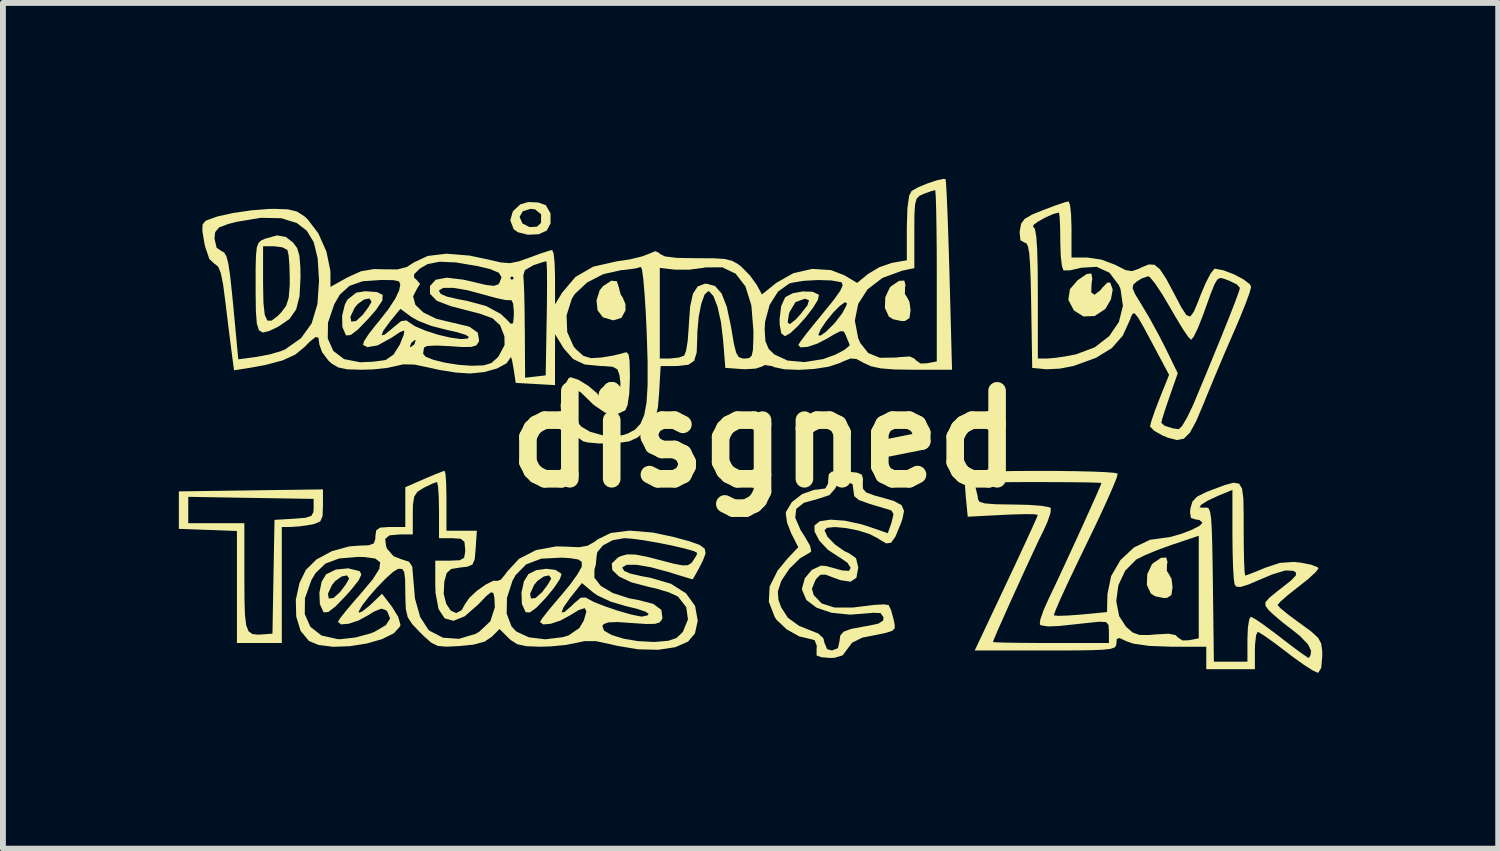
<source format=kicad_pcb>
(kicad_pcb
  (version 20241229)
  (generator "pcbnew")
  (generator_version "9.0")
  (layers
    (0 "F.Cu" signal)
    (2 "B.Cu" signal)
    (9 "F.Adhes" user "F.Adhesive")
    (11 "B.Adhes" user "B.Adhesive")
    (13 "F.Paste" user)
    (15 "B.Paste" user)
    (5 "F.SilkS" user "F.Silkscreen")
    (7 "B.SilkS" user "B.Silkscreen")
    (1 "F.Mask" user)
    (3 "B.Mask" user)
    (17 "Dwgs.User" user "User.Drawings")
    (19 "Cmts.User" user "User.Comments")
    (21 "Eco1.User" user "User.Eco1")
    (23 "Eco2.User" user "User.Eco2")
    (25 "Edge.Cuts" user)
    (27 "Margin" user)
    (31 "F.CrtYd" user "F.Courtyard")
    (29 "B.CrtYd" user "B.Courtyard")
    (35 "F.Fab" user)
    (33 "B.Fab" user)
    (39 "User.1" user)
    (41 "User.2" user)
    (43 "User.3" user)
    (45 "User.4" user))
  (footprint "disgned"
    (layer "F.Cu")
    (at 9.988 4.436)
    (property "Reference" "disgned" (at 0 0 0) (layer "F.SilkS") (effects (font (size 1.5 1.5) (thickness 0.3))))
    (attr board_only exclude_from_pos_files exclude_from_bom)
    (fp_poly (pts (xy -2.52 -2.691) (xy -2.489 -2.597) (xy -2.453 -2.461) (xy -2.42 -2.413) (xy -2.373 -2.301) (xy -2.372 -2.193) (xy -2.442 -2.066) (xy -2.58 -2.023) (xy -2.754 -2.074) (xy -2.76 -2.078) (xy -2.849 -2.196) (xy -2.866 -2.366) (xy -2.813 -2.535) (xy -2.755 -2.607) (xy -2.615 -2.699)) (stroke (width 0) (type solid)) (fill yes) (layer "F.SilkS"))
    (fp_poly (pts (xy 2.403 -2.623) (xy 2.395 -2.59) (xy 2.392 -2.472) (xy 2.423 -2.427) (xy 2.47 -2.339) (xy 2.489 -2.198) (xy 2.47 -2.062) (xy 2.394 -2.013) (xy 2.342 -2.01) (xy 2.192 -2.042) (xy 2.119 -2.087) (xy 2.051 -2.234) (xy 2.058 -2.419) (xy 2.135 -2.582) (xy 2.159 -2.607) (xy 2.292 -2.697) (xy 2.382 -2.702)) (stroke (width 0) (type solid)) (fill yes) (layer "F.SilkS"))
    (fp_poly (pts (xy 6.87 2.1) (xy 6.862 2.133) (xy 6.859 2.25) (xy 6.89 2.296) (xy 6.938 2.383) (xy 6.956 2.525) (xy 6.937 2.661) (xy 6.861 2.709) (xy 6.809 2.712) (xy 6.659 2.681) (xy 6.586 2.636) (xy 6.518 2.489) (xy 6.525 2.304) (xy 6.602 2.141) (xy 6.626 2.116) (xy 6.76 2.026) (xy 6.849 2.021)) (stroke (width 0) (type solid)) (fill yes) (layer "F.SilkS"))
    (fp_poly (pts (xy 5.588 -2.732) (xy 5.575 -2.648) (xy 5.57 -2.5) (xy 5.625 -2.46) (xy 5.723 -2.534) (xy 5.762 -2.584) (xy 5.844 -2.666) (xy 5.893 -2.669) (xy 5.936 -2.547) (xy 5.905 -2.38) (xy 5.812 -2.221) (xy 5.805 -2.214) (xy 5.627 -2.097) (xy 5.437 -2.09) (xy 5.275 -2.191) (xy 5.179 -2.373) (xy 5.207 -2.556) (xy 5.338 -2.708) (xy 5.492 -2.814) (xy 5.572 -2.823)) (stroke (width 0) (type solid)) (fill yes) (layer "F.SilkS"))
    (fp_poly (pts (xy -3.858 -4.033) (xy -3.731 -3.987) (xy -3.729 -3.985) (xy -3.651 -3.848) (xy -3.65 -3.677) (xy -3.714 -3.555) (xy -3.851 -3.492) (xy -4.036 -3.483) (xy -4.208 -3.526) (xy -4.279 -3.578) (xy -4.337 -3.73) (xy -4.32 -3.788) (xy -4.178 -3.788) (xy -4.13 -3.677) (xy -4.009 -3.614) (xy -3.882 -3.62) (xy -3.812 -3.686) (xy -3.811 -3.832) (xy -3.913 -3.915) (xy -3.989 -3.925) (xy -4.123 -3.884) (xy -4.178 -3.788) (xy -4.32 -3.788) (xy -4.293 -3.883) (xy -4.168 -4) (xy -4.031 -4.041)) (stroke (width 0) (type solid)) (fill yes) (layer "F.SilkS"))
    (fp_poly (pts (xy -6.609 -2.506) (xy -6.513 -2.457) (xy -6.518 -2.362) (xy -6.623 -2.205) (xy -6.752 -2.057) (xy -6.934 -1.868) (xy -7.056 -1.774) (xy -7.131 -1.766) (xy -7.141 -1.774) (xy -7.2 -1.909) (xy -7.204 -2.083) (xy -7.063 -2.083) (xy -7.048 -2.002) (xy -6.968 -2.011) (xy -6.855 -2.115) (xy -6.756 -2.247) (xy -6.705 -2.337) (xy -6.703 -2.345) (xy -6.74 -2.397) (xy -6.831 -2.378) (xy -6.937 -2.303) (xy -6.992 -2.236) (xy -7.063 -2.083) (xy -7.204 -2.083) (xy -7.204 -2.101) (xy -7.157 -2.295) (xy -7.112 -2.379) (xy -6.961 -2.497) (xy -6.809 -2.52)) (stroke (width 0) (type solid)) (fill yes) (layer "F.SilkS"))
    (fp_poly (pts (xy -6.915 2.251) (xy -6.902 2.258) (xy -6.876 2.311) (xy -6.92 2.407) (xy -7.044 2.564) (xy -7.135 2.666) (xy -7.317 2.855) (xy -7.439 2.949) (xy -7.513 2.957) (xy -7.524 2.948) (xy -7.584 2.814) (xy -7.591 2.639) (xy -7.446 2.639) (xy -7.431 2.72) (xy -7.351 2.711) (xy -7.238 2.608) (xy -7.139 2.476) (xy -7.088 2.386) (xy -7.086 2.377) (xy -7.122 2.325) (xy -7.214 2.345) (xy -7.32 2.42) (xy -7.375 2.486) (xy -7.446 2.639) (xy -7.591 2.639) (xy -7.592 2.622) (xy -7.553 2.432) (xy -7.478 2.307) (xy -7.311 2.226) (xy -7.1 2.205)) (stroke (width 0) (type solid)) (fill yes) (layer "F.SilkS"))
    (fp_poly (pts (xy -3.565 2.233) (xy -3.47 2.294) (xy -3.464 2.308) (xy -3.491 2.389) (xy -3.586 2.532) (xy -3.723 2.701) (xy -3.892 2.877) (xy -4.004 2.958) (xy -4.073 2.953) (xy -4.077 2.949) (xy -4.139 2.812) (xy -4.145 2.639) (xy -3.999 2.639) (xy -3.984 2.72) (xy -3.905 2.711) (xy -3.791 2.608) (xy -3.693 2.476) (xy -3.642 2.386) (xy -3.64 2.377) (xy -3.676 2.325) (xy -3.767 2.345) (xy -3.874 2.42) (xy -3.929 2.486) (xy -3.999 2.639) (xy -4.145 2.639) (xy -4.146 2.619) (xy -4.104 2.428) (xy -4.027 2.303) (xy -3.894 2.236) (xy -3.723 2.213)) (stroke (width 0) (type solid)) (fill yes) (layer "F.SilkS"))
    (fp_poly (pts (xy 0.817 -2.511) (xy 0.922 -2.462) (xy 0.926 -2.456) (xy 0.91 -2.376) (xy 0.827 -2.239) (xy 0.703 -2.078) (xy 0.564 -1.922) (xy 0.437 -1.804) (xy 0.348 -1.755) (xy 0.345 -1.755) (xy 0.284 -1.801) (xy 0.257 -1.95) (xy 0.257 -1.986) (xy 0.393 -1.986) (xy 0.431 -1.959) (xy 0.531 -2.039) (xy 0.607 -2.122) (xy 0.73 -2.279) (xy 0.757 -2.365) (xy 0.69 -2.392) (xy 0.686 -2.392) (xy 0.527 -2.335) (xy 0.426 -2.166) (xy 0.413 -2.121) (xy 0.393 -1.986) (xy 0.257 -1.986) (xy 0.255 -2.038) (xy 0.281 -2.263) (xy 0.349 -2.413) (xy 0.356 -2.421) (xy 0.48 -2.486) (xy 0.651 -2.517)) (stroke (width 0) (type solid)) (fill yes) (layer "F.SilkS"))
    (fp_poly (pts (xy -8.165 -3.446) (xy -8.041 -3.351) (xy -7.971 -3.256) (xy -7.932 -3.125) (xy -7.916 -2.922) (xy -7.914 -2.758) (xy -7.93 -2.436) (xy -7.988 -2.209) (xy -8.101 -2.047) (xy -8.283 -1.922) (xy -8.297 -1.914) (xy -8.45 -1.841) (xy -8.555 -1.815) (xy -8.622 -1.853) (xy -8.659 -1.97) (xy -8.675 -2.18) (xy -8.679 -2.499) (xy -8.679 -2.586) (xy -8.679 -2.648) (xy -8.552 -2.648) (xy -8.546 -2.325) (xy -8.524 -2.119) (xy -8.48 -2.02) (xy -8.407 -2.018) (xy -8.298 -2.102) (xy -8.24 -2.162) (xy -8.159 -2.272) (xy -8.115 -2.409) (xy -8.098 -2.615) (xy -8.097 -2.736) (xy -8.103 -2.962) (xy -8.117 -3.138) (xy -8.137 -3.223) (xy -8.223 -3.269) (xy -8.364 -3.287) (xy -8.552 -3.287) (xy -8.552 -2.648) (xy -8.679 -2.648) (xy -8.679 -2.91) (xy -8.673 -3.128) (xy -8.659 -3.265) (xy -8.63 -3.344) (xy -8.584 -3.386) (xy -8.516 -3.416) (xy -8.313 -3.472)) (stroke (width 0) (type solid)) (fill yes) (layer "F.SilkS"))
    (fp_poly (pts (xy -7.531 1.139) (xy -7.538 1.316) (xy -7.577 1.405) (xy -7.673 1.447) (xy -7.73 1.46) (xy -7.926 1.489) (xy -8.081 1.5) (xy -8.233 1.5) (xy -8.233 2.489) (xy -8.233 3.478) (xy -8.616 3.478) (xy -8.998 3.478) (xy -8.998 2.524) (xy -8.998 1.569) (xy -9.493 1.55) (xy -9.988 1.532) (xy -9.988 1.213) (xy -9.988 1.211) (xy -9.828 1.211) (xy -9.828 1.436) (xy -9.349 1.436) (xy -8.871 1.436) (xy -8.871 2.356) (xy -8.869 2.733) (xy -8.861 3) (xy -8.84 3.176) (xy -8.8 3.278) (xy -8.736 3.325) (xy -8.641 3.336) (xy -8.552 3.331) (xy -8.392 3.319) (xy -8.375 2.349) (xy -8.357 1.379) (xy -8.024 1.359) (xy -7.829 1.343) (xy -7.729 1.311) (xy -7.694 1.247) (xy -7.69 1.181) (xy -7.69 1.021) (xy -8.759 1.004) (xy -9.828 0.986) (xy -9.828 1.211) (xy -9.988 1.211) (xy -9.988 0.893) (xy -8.759 0.876) (xy -7.531 0.859)) (stroke (width 0) (type solid)) (fill yes) (layer "F.SilkS"))
    (fp_poly (pts (xy 1.388 0.555) (xy 1.57 0.572) (xy 1.657 0.607) (xy 1.678 0.679) (xy 1.674 0.742) (xy 1.677 0.846) (xy 1.732 0.911) (xy 1.87 0.962) (xy 1.96 0.986) (xy 2.202 1.055) (xy 2.335 1.127) (xy 2.378 1.225) (xy 2.348 1.371) (xy 2.317 1.457) (xy 2.229 1.667) (xy 2.156 1.769) (xy 2.074 1.78) (xy 1.959 1.713) (xy 1.932 1.694) (xy 1.788 1.62) (xy 1.594 1.559) (xy 1.386 1.518) (xy 1.197 1.501) (xy 1.065 1.514) (xy 1.021 1.555) (xy 1.072 1.666) (xy 1.197 1.796) (xy 1.358 1.91) (xy 1.438 1.947) (xy 1.558 2.03) (xy 1.595 2.178) (xy 1.595 2.202) (xy 1.565 2.366) (xy 1.466 2.433) (xy 1.289 2.406) (xy 1.189 2.369) (xy 1.036 2.312) (xy 0.951 2.315) (xy 0.883 2.382) (xy 0.866 2.407) (xy 0.807 2.553) (xy 0.837 2.661) (xy 0.973 2.804) (xy 1.194 2.874) (xy 1.511 2.873) (xy 1.659 2.854) (xy 1.877 2.828) (xy 2.042 2.82) (xy 2.115 2.832) (xy 2.156 2.917) (xy 2.198 3.068) (xy 2.199 3.073) (xy 2.219 3.169) (xy 2.218 3.231) (xy 2.172 3.273) (xy 2.059 3.308) (xy 1.859 3.349) (xy 1.668 3.386) (xy 1.491 3.474) (xy 1.414 3.577) (xy 1.331 3.689) (xy 1.191 3.731) (xy 1.118 3.733) (xy 0.968 3.721) (xy 0.889 3.692) (xy 0.886 3.686) (xy 0.886 3.586) (xy 0.89 3.526) (xy 0.853 3.431) (xy 0.795 3.414) (xy 0.591 3.366) (xy 0.374 3.244) (xy 0.203 3.082) (xy 0.173 3.036) (xy 0.072 2.774) (xy 0.081 2.603) (xy 0.225 2.603) (xy 0.237 2.746) (xy 0.283 2.871) (xy 0.397 3.048) (xy 0.588 3.186) (xy 0.881 3.303) (xy 0.909 3.312) (xy 1.001 3.396) (xy 1.021 3.476) (xy 1.065 3.584) (xy 1.149 3.606) (xy 1.25 3.567) (xy 1.276 3.453) (xy 1.29 3.351) (xy 1.347 3.285) (xy 1.475 3.238) (xy 1.699 3.196) (xy 1.75 3.188) (xy 1.938 3.149) (xy 2.021 3.096) (xy 2.028 3.04) (xy 1.976 2.968) (xy 1.843 2.963) (xy 1.818 2.967) (xy 1.459 2.995) (xy 1.142 2.963) (xy 0.887 2.877) (xy 0.712 2.745) (xy 0.639 2.573) (xy 0.638 2.548) (xy 0.686 2.373) (xy 0.805 2.232) (xy 0.957 2.16) (xy 1.043 2.164) (xy 1.223 2.213) (xy 1.324 2.241) (xy 1.44 2.248) (xy 1.467 2.196) (xy 1.414 2.112) (xy 1.286 2.022) (xy 1.263 2.01) (xy 1.079 1.889) (xy 0.933 1.733) (xy 0.851 1.576) (xy 0.851 1.473) (xy 0.942 1.402) (xy 1.124 1.375) (xy 1.37 1.393) (xy 1.651 1.454) (xy 1.768 1.491) (xy 2.101 1.606) (xy 2.165 1.422) (xy 2.198 1.28) (xy 2.161 1.218) (xy 2.152 1.215) (xy 2.047 1.183) (xy 1.872 1.131) (xy 1.787 1.105) (xy 1.609 1.041) (xy 1.528 0.974) (xy 1.515 0.879) (xy 1.515 0.877) (xy 1.499 0.767) (xy 1.396 0.734) (xy 1.379 0.734) (xy 1.241 0.78) (xy 1.196 0.853) (xy 1.104 0.957) (xy 0.918 1.018) (xy 0.669 1.088) (xy 0.539 1.192) (xy 0.522 1.342) (xy 0.613 1.551) (xy 0.681 1.657) (xy 0.775 1.82) (xy 0.795 1.916) (xy 0.78 1.931) (xy 0.602 2.036) (xy 0.424 2.21) (xy 0.292 2.407) (xy 0.279 2.436) (xy 0.225 2.603) (xy 0.081 2.603) (xy 0.086 2.515) (xy 0.22 2.246) (xy 0.39 2.039) (xy 0.574 1.845) (xy 0.453 1.607) (xy 0.383 1.427) (xy 0.361 1.272) (xy 0.365 1.242) (xy 0.465 1.075) (xy 0.642 0.938) (xy 0.847 0.866) (xy 0.902 0.862) (xy 1.035 0.843) (xy 1.081 0.763) (xy 1.085 0.699) (xy 1.094 0.601) (xy 1.144 0.556) (xy 1.268 0.548)) (stroke (width 0) (type solid)) (fill yes) (layer "F.SilkS"))
    (fp_poly (pts (xy 5.207 -3.994) (xy 5.225 -3.839) (xy 5.233 -3.619) (xy 5.233 -3.574) (xy 5.233 -3.095) (xy 5.496 -3.095) (xy 5.743 -3.059) (xy 5.985 -2.968) (xy 5.997 -2.961) (xy 6.156 -2.88) (xy 6.266 -2.863) (xy 6.384 -2.904) (xy 6.429 -2.927) (xy 6.551 -2.977) (xy 6.649 -2.971) (xy 6.742 -2.893) (xy 6.85 -2.729) (xy 6.978 -2.489) (xy 7.106 -2.245) (xy 7.193 -2.112) (xy 7.258 -2.088) (xy 7.32 -2.172) (xy 7.399 -2.362) (xy 7.432 -2.45) (xy 7.524 -2.667) (xy 7.608 -2.827) (xy 7.67 -2.902) (xy 7.678 -2.904) (xy 7.824 -2.877) (xy 8 -2.81) (xy 8.164 -2.724) (xy 8.274 -2.639) (xy 8.296 -2.596) (xy 8.272 -2.5) (xy 8.205 -2.316) (xy 8.107 -2.073) (xy 8.014 -1.855) (xy 7.861 -1.504) (xy 7.695 -1.111) (xy 7.542 -0.742) (xy 7.487 -0.606) (xy 7.359 -0.304) (xy 7.253 -0.109) (xy 7.15 -0.006) (xy 7.032 0.018) (xy 6.88 -0.021) (xy 6.781 -0.062) (xy 6.643 -0.14) (xy 6.575 -0.211) (xy 6.573 -0.22) (xy 6.596 -0.309) (xy 6.654 -0.479) (xy 6.735 -0.69) (xy 6.897 -1.094) (xy 6.596 -1.66) (xy 6.459 -1.915) (xy 6.369 -2.071) (xy 6.312 -2.141) (xy 6.276 -2.139) (xy 6.247 -2.079) (xy 6.233 -2.039) (xy 6.107 -1.762) (xy 5.92 -1.55) (xy 5.65 -1.384) (xy 5.275 -1.248) (xy 5.264 -1.245) (xy 5.038 -1.201) (xy 4.815 -1.189) (xy 4.786 -1.191) (xy 4.563 -1.213) (xy 4.546 -2.282) (xy 4.538 -2.68) (xy 4.527 -2.967) (xy 4.513 -3.161) (xy 4.493 -3.278) (xy 4.465 -3.336) (xy 4.43 -3.351) (xy 4.362 -3.388) (xy 4.349 -3.518) (xy 4.352 -3.554) (xy 4.365 -3.623) (xy 4.579 -3.623) (xy 4.61 -3.578) (xy 4.632 -3.457) (xy 4.647 -3.248) (xy 4.656 -2.938) (xy 4.659 -2.514) (xy 4.659 -2.484) (xy 4.659 -1.372) (xy 4.815 -1.372) (xy 4.968 -1.385) (xy 5.183 -1.419) (xy 5.31 -1.444) (xy 5.628 -1.563) (xy 5.877 -1.755) (xy 6.042 -1.998) (xy 6.11 -2.272) (xy 6.069 -2.555) (xy 6.063 -2.57) (xy 6.275 -2.57) (xy 6.32 -2.466) (xy 6.428 -2.29) (xy 6.562 -2.065) (xy 6.714 -1.788) (xy 6.836 -1.55) (xy 7.045 -1.121) (xy 6.904 -0.72) (xy 6.833 -0.51) (xy 6.782 -0.35) (xy 6.764 -0.276) (xy 6.821 -0.226) (xy 6.96 -0.182) (xy 7.06 -0.167) (xy 7.116 -0.218) (xy 7.202 -0.362) (xy 7.302 -0.57) (xy 7.338 -0.654) (xy 7.576 -1.227) (xy 7.772 -1.705) (xy 7.925 -2.085) (xy 8.032 -2.361) (xy 8.092 -2.528) (xy 8.105 -2.578) (xy 8.051 -2.637) (xy 7.921 -2.7) (xy 7.911 -2.704) (xy 7.826 -2.735) (xy 7.767 -2.746) (xy 7.719 -2.719) (xy 7.67 -2.635) (xy 7.606 -2.475) (xy 7.515 -2.223) (xy 7.467 -2.09) (xy 7.387 -1.888) (xy 7.317 -1.745) (xy 7.273 -1.691) (xy 7.222 -1.743) (xy 7.127 -1.883) (xy 7.003 -2.088) (xy 6.919 -2.234) (xy 6.782 -2.465) (xy 6.661 -2.648) (xy 6.573 -2.756) (xy 6.542 -2.776) (xy 6.437 -2.741) (xy 6.35 -2.689) (xy 6.287 -2.633) (xy 6.275 -2.57) (xy 6.063 -2.57) (xy 6.04 -2.625) (xy 5.88 -2.836) (xy 5.661 -2.936) (xy 5.395 -2.92) (xy 5.366 -2.912) (xy 5.207 -2.876) (xy 5.103 -2.875) (xy 5.095 -2.878) (xy 5.069 -2.954) (xy 5.05 -3.122) (xy 5.042 -3.35) (xy 5.042 -3.386) (xy 5.039 -3.614) (xy 5.031 -3.782) (xy 5.02 -3.859) (xy 5.018 -3.861) (xy 4.923 -3.837) (xy 4.793 -3.78) (xy 4.666 -3.71) (xy 4.584 -3.65) (xy 4.579 -3.623) (xy 4.365 -3.623) (xy 4.374 -3.671) (xy 4.434 -3.753) (xy 4.56 -3.827) (xy 4.752 -3.905) (xy 4.957 -3.982) (xy 5.114 -4.035) (xy 5.183 -4.053)) (stroke (width 0) (type solid)) (fill yes) (layer "F.SilkS"))
    (fp_poly (pts (xy 4.934 0.544) (xy 5.274 0.548) (xy 5.577 0.555) (xy 5.818 0.565) (xy 5.974 0.578) (xy 6.021 0.591) (xy 6.004 0.66) (xy 5.937 0.826) (xy 5.829 1.071) (xy 5.688 1.376) (xy 5.521 1.723) (xy 5.479 1.81) (xy 5.308 2.164) (xy 5.159 2.478) (xy 5.042 2.733) (xy 4.964 2.914) (xy 4.932 3.002) (xy 4.933 3.007) (xy 5.005 3.015) (xy 5.169 3.01) (xy 5.39 2.994) (xy 5.399 2.993) (xy 5.839 2.951) (xy 5.843 2.764) (xy 5.996 2.764) (xy 6.046 3.02) (xy 6.164 3.202) (xy 6.276 3.299) (xy 6.39 3.341) (xy 6.557 3.342) (xy 6.67 3.332) (xy 6.891 3.32) (xy 7.01 3.344) (xy 7.042 3.38) (xy 7.126 3.435) (xy 7.238 3.431) (xy 7.403 3.399) (xy 7.403 2.525) (xy 7.403 1.65) (xy 6.947 1.803) (xy 6.701 1.892) (xy 6.484 1.982) (xy 6.342 2.053) (xy 6.337 2.056) (xy 6.148 2.246) (xy 6.032 2.494) (xy 5.996 2.764) (xy 5.843 2.764) (xy 5.846 2.643) (xy 5.909 2.337) (xy 6.068 2.064) (xy 6.298 1.849) (xy 6.574 1.718) (xy 6.772 1.691) (xy 6.92 1.67) (xy 7.103 1.618) (xy 7.283 1.549) (xy 7.418 1.479) (xy 7.467 1.427) (xy 7.414 1.381) (xy 7.35 1.372) (xy 7.27 1.346) (xy 7.254 1.246) (xy 7.261 1.183) (xy 7.266 1.166) (xy 7.416 1.166) (xy 7.489 1.172) (xy 7.499 1.17) (xy 7.541 1.168) (xy 7.574 1.187) (xy 7.597 1.245) (xy 7.614 1.356) (xy 7.625 1.537) (xy 7.633 1.804) (xy 7.64 2.172) (xy 7.644 2.473) (xy 7.661 3.797) (xy 7.947 3.797) (xy 8.233 3.797) (xy 8.233 3.414) (xy 8.241 3.212) (xy 8.264 3.074) (xy 8.29 3.031) (xy 8.363 3.068) (xy 8.509 3.167) (xy 8.702 3.31) (xy 8.796 3.382) (xy 8.999 3.538) (xy 9.163 3.659) (xy 9.263 3.726) (xy 9.281 3.733) (xy 9.311 3.68) (xy 9.318 3.611) (xy 9.266 3.501) (xy 9.127 3.357) (xy 9.013 3.266) (xy 8.825 3.121) (xy 8.666 2.985) (xy 8.596 2.918) (xy 8.541 2.846) (xy 8.539 2.785) (xy 8.606 2.707) (xy 8.756 2.585) (xy 8.808 2.546) (xy 8.979 2.41) (xy 9.059 2.326) (xy 9.06 2.276) (xy 9.015 2.247) (xy 8.881 2.241) (xy 8.657 2.309) (xy 8.475 2.385) (xy 8.251 2.481) (xy 8.115 2.523) (xy 8.044 2.518) (xy 8.014 2.479) (xy 8 2.38) (xy 7.988 2.182) (xy 7.98 1.915) (xy 7.977 1.625) (xy 7.977 0.868) (xy 7.738 0.966) (xy 7.556 1.051) (xy 7.443 1.122) (xy 7.416 1.166) (xy 7.266 1.166) (xy 7.295 1.066) (xy 7.375 0.982) (xy 7.532 0.904) (xy 7.636 0.864) (xy 7.85 0.784) (xy 7.998 0.745) (xy 8.091 0.761) (xy 8.142 0.848) (xy 8.164 1.021) (xy 8.169 1.297) (xy 8.169 1.532) (xy 8.171 1.834) (xy 8.176 2.084) (xy 8.184 2.257) (xy 8.194 2.329) (xy 8.195 2.329) (xy 8.264 2.306) (xy 8.412 2.247) (xy 8.529 2.198) (xy 8.786 2.112) (xy 9.025 2.096) (xy 9.141 2.108) (xy 9.318 2.143) (xy 9.427 2.185) (xy 9.445 2.206) (xy 9.398 2.269) (xy 9.274 2.383) (xy 9.099 2.523) (xy 9.094 2.526) (xy 8.92 2.664) (xy 8.795 2.773) (xy 8.747 2.831) (xy 8.747 2.832) (xy 8.797 2.886) (xy 8.925 2.991) (xy 9.106 3.125) (xy 9.13 3.142) (xy 9.326 3.286) (xy 9.439 3.391) (xy 9.492 3.49) (xy 9.508 3.617) (xy 9.509 3.701) (xy 9.492 3.902) (xy 9.443 3.983) (xy 9.429 3.985) (xy 9.346 3.946) (xy 9.19 3.846) (xy 8.991 3.703) (xy 8.903 3.635) (xy 8.698 3.48) (xy 8.531 3.361) (xy 8.427 3.295) (xy 8.408 3.288) (xy 8.381 3.345) (xy 8.364 3.491) (xy 8.36 3.606) (xy 8.36 3.925) (xy 7.945 3.925) (xy 7.531 3.925) (xy 7.531 3.733) (xy 7.531 3.542) (xy 6.94 3.542) (xy 6.556 3.528) (xy 6.286 3.489) (xy 6.174 3.45) (xy 6.053 3.394) (xy 6.006 3.408) (xy 5.999 3.482) (xy 5.993 3.525) (xy 5.964 3.557) (xy 5.894 3.579) (xy 5.768 3.593) (xy 5.568 3.601) (xy 5.277 3.605) (xy 4.878 3.606) (xy 4.791 3.606) (xy 3.583 3.606) (xy 4.121 2.465) (xy 4.286 2.114) (xy 4.43 1.804) (xy 4.546 1.552) (xy 4.625 1.377) (xy 4.658 1.296) (xy 4.659 1.294) (xy 4.6 1.283) (xy 4.441 1.281) (xy 4.211 1.287) (xy 4.061 1.294) (xy 3.464 1.325) (xy 3.43 0.981) (xy 3.419 0.822) (xy 3.595 0.822) (xy 3.599 0.835) (xy 3.634 0.979) (xy 3.638 1.026) (xy 3.664 1.07) (xy 3.755 1.098) (xy 3.932 1.112) (xy 4.214 1.117) (xy 4.24 1.117) (xy 4.505 1.123) (xy 4.72 1.139) (xy 4.853 1.163) (xy 4.881 1.178) (xy 4.874 1.264) (xy 4.819 1.423) (xy 4.75 1.573) (xy 4.677 1.722) (xy 4.574 1.942) (xy 4.45 2.209) (xy 4.318 2.499) (xy 4.186 2.788) (xy 4.068 3.053) (xy 3.972 3.269) (xy 3.911 3.414) (xy 3.893 3.462) (xy 3.953 3.467) (xy 4.119 3.472) (xy 4.37 3.476) (xy 4.683 3.478) (xy 4.882 3.478) (xy 5.871 3.478) (xy 5.871 3.288) (xy 5.865 3.172) (xy 5.822 3.121) (xy 5.708 3.116) (xy 5.584 3.128) (xy 5.324 3.156) (xy 5.054 3.185) (xy 5.013 3.189) (xy 4.834 3.196) (xy 4.714 3.177) (xy 4.692 3.161) (xy 4.701 3.079) (xy 4.757 2.918) (xy 4.849 2.712) (xy 4.855 2.7) (xy 4.939 2.525) (xy 5.051 2.286) (xy 5.181 2.005) (xy 5.319 1.706) (xy 5.452 1.413) (xy 5.572 1.147) (xy 5.668 0.933) (xy 5.728 0.793) (xy 5.744 0.75) (xy 5.683 0.745) (xy 5.516 0.74) (xy 5.262 0.737) (xy 4.943 0.735) (xy 4.652 0.734) (xy 4.253 0.735) (xy 3.966 0.739) (xy 3.773 0.749) (xy 3.658 0.764) (xy 3.604 0.788) (xy 3.595 0.822) (xy 3.419 0.822) (xy 3.416 0.781) (xy 3.417 0.636) (xy 3.425 0.59) (xy 3.495 0.574) (xy 3.67 0.562) (xy 3.924 0.553) (xy 4.236 0.546) (xy 4.58 0.544)) (stroke (width 0) (type solid)) (fill yes) (layer "F.SilkS"))
    (fp_poly (pts (xy -5.441 0.601) (xy -5.43 0.757) (xy -5.425 0.981) (xy -5.425 1.053) (xy -5.425 1.564) (xy -5.166 1.564) (xy -4.907 1.564) (xy -4.927 1.867) (xy -4.943 2.05) (xy -4.982 2.141) (xy -5.07 2.178) (xy -5.183 2.19) (xy -5.343 2.216) (xy -5.421 2.285) (xy -5.462 2.434) (xy -5.472 2.64) (xy -5.429 2.81) (xy -5.352 2.925) (xy -5.259 2.968) (xy -5.165 2.918) (xy -5.109 2.816) (xy -5.033 2.706) (xy -4.903 2.586) (xy -4.754 2.481) (xy -4.624 2.417) (xy -4.549 2.418) (xy -4.495 2.396) (xy -4.411 2.292) (xy -4.396 2.268) (xy -4.188 2.043) (xy -3.897 1.894) (xy -3.552 1.831) (xy -3.387 1.835) (xy -3.165 1.845) (xy -3.018 1.82) (xy -2.894 1.749) (xy -2.851 1.714) (xy -2.623 1.602) (xy -2.303 1.562) (xy -1.906 1.595) (xy -1.574 1.665) (xy -1.288 1.742) (xy -1.109 1.805) (xy -1.021 1.87) (xy -1.007 1.952) (xy -1.051 2.07) (xy -1.086 2.14) (xy -1.167 2.292) (xy -1.22 2.382) (xy -1.23 2.392) (xy -1.293 2.374) (xy -1.445 2.328) (xy -1.649 2.265) (xy -1.942 2.186) (xy -2.182 2.145) (xy -2.35 2.145) (xy -2.424 2.187) (xy -2.425 2.197) (xy -2.395 2.249) (xy -2.291 2.294) (xy -2.092 2.34) (xy -1.946 2.366) (xy -1.598 2.468) (xy -1.341 2.631) (xy -1.186 2.845) (xy -1.14 3.097) (xy -1.188 3.316) (xy -1.307 3.456) (xy -1.523 3.55) (xy -1.815 3.594) (xy -2.159 3.586) (xy -2.533 3.523) (xy -2.617 3.502) (xy -2.873 3.447) (xy -3.072 3.446) (xy -3.198 3.474) (xy -3.392 3.512) (xy -3.647 3.536) (xy -3.823 3.542) (xy -4.061 3.533) (xy -4.215 3.5) (xy -4.328 3.429) (xy -4.369 3.391) (xy -4.52 3.24) (xy -4.652 3.372) (xy -4.775 3.455) (xy -4.961 3.506) (xy -5.2 3.53) (xy -5.427 3.541) (xy -5.572 3.528) (xy -5.684 3.474) (xy -5.808 3.364) (xy -5.871 3.302) (xy -6.008 3.158) (xy -6.085 3.04) (xy -6.118 2.902) (xy -6.126 2.697) (xy -6.127 2.62) (xy -6.13 2.392) (xy -6.146 2.266) (xy -6.182 2.215) (xy -6.247 2.213) (xy -6.247 2.213) (xy -6.333 2.264) (xy -6.462 2.38) (xy -6.61 2.532) (xy -6.752 2.695) (xy -6.863 2.839) (xy -6.92 2.938) (xy -6.919 2.962) (xy -6.861 2.94) (xy -6.749 2.852) (xy -6.707 2.814) (xy -6.524 2.638) (xy -6.35 2.866) (xy -6.248 3.032) (xy -6.21 3.164) (xy -6.214 3.193) (xy -6.321 3.312) (xy -6.522 3.412) (xy -6.783 3.487) (xy -7.073 3.533) (xy -7.358 3.543) (xy -7.605 3.512) (xy -7.77 3.444) (xy -7.912 3.272) (xy -7.987 3.026) (xy -7.988 2.986) (xy -7.841 2.986) (xy -7.745 3.203) (xy -7.556 3.35) (xy -7.282 3.412) (xy -7.23 3.413) (xy -6.974 3.384) (xy -6.714 3.313) (xy -6.653 3.288) (xy -6.458 3.174) (xy -6.386 3.061) (xy -6.434 2.942) (xy -6.455 2.92) (xy -6.534 2.892) (xy -6.662 2.943) (xy -6.757 3.003) (xy -6.925 3.095) (xy -7.092 3.15) (xy -7.221 3.161) (xy -7.275 3.12) (xy -7.275 3.117) (xy -7.236 3.053) (xy -7.129 2.919) (xy -6.976 2.738) (xy -6.892 2.643) (xy -6.683 2.394) (xy -6.571 2.218) (xy -6.555 2.104) (xy -6.637 2.039) (xy -6.818 2.013) (xy -6.928 2.01) (xy -7.254 2.037) (xy -7.488 2.124) (xy -7.657 2.286) (xy -7.727 2.403) (xy -7.838 2.715) (xy -7.841 2.986) (xy -7.988 2.986) (xy -7.994 2.741) (xy -7.93 2.451) (xy -7.823 2.233) (xy -7.642 2.054) (xy -7.38 1.913) (xy -7.082 1.831) (xy -6.927 1.819) (xy -6.749 1.812) (xy -6.664 1.78) (xy -6.638 1.704) (xy -6.638 1.704) (xy -6.47 1.704) (xy -6.454 1.829) (xy -6.44 1.868) (xy -6.326 1.999) (xy -6.192 2.051) (xy -6.062 2.093) (xy -6.008 2.177) (xy -5.996 2.321) (xy -5.962 2.72) (xy -5.873 3.035) (xy -5.735 3.25) (xy -5.714 3.269) (xy -5.484 3.388) (xy -5.211 3.407) (xy -4.933 3.324) (xy -4.868 3.288) (xy -4.677 3.108) (xy -4.635 2.977) (xy -4.398 2.977) (xy -4.316 3.195) (xy -4.235 3.282) (xy -4.021 3.381) (xy -3.741 3.415) (xy -3.442 3.379) (xy -3.342 3.349) (xy -3.159 3.223) (xy -3.084 3.097) (xy -3.039 2.942) (xy -3.067 2.883) (xy -3.173 2.918) (xy -3.309 3.002) (xy -3.477 3.094) (xy -3.644 3.15) (xy -3.774 3.162) (xy -3.829 3.122) (xy -3.829 3.118) (xy -3.79 3.055) (xy -3.713 2.957) (xy -3.461 2.957) (xy -3.412 2.95) (xy -3.291 2.845) (xy -3.256 2.809) (xy -3.135 2.706) (xy -3.047 2.703) (xy -3.023 2.719) (xy -2.913 2.778) (xy -2.723 2.853) (xy -2.498 2.929) (xy -2.282 2.991) (xy -2.119 3.025) (xy -2.09 3.028) (xy -1.995 3.007) (xy -1.978 2.98) (xy -2.036 2.942) (xy -2.184 2.893) (xy -2.359 2.851) (xy -2.625 2.773) (xy -2.851 2.667) (xy -2.927 2.614) (xy -3.115 2.456) (xy -3.318 2.712) (xy -3.432 2.874) (xy -3.461 2.957) (xy -3.713 2.957) (xy -3.685 2.921) (xy -3.536 2.744) (xy -3.484 2.684) (xy -3.319 2.485) (xy -3.232 2.364) (xy -2.903 2.364) (xy -2.794 2.504) (xy -2.591 2.625) (xy -2.31 2.716) (xy -2.155 2.745) (xy -1.899 2.811) (xy -1.761 2.913) (xy -1.742 3.05) (xy -1.749 3.072) (xy -1.788 3.126) (xy -1.87 3.152) (xy -2.023 3.154) (xy -2.261 3.138) (xy -2.513 3.121) (xy -2.665 3.127) (xy -2.744 3.156) (xy -2.767 3.191) (xy -2.737 3.268) (xy -2.608 3.342) (xy -2.407 3.404) (xy -2.164 3.446) (xy -1.905 3.46) (xy -1.857 3.459) (xy -1.64 3.44) (xy -1.504 3.394) (xy -1.405 3.301) (xy -1.391 3.282) (xy -1.307 3.076) (xy -1.336 2.867) (xy -1.47 2.695) (xy -1.495 2.677) (xy -1.638 2.613) (xy -1.848 2.55) (xy -1.978 2.521) (xy -2.274 2.443) (xy -2.483 2.344) (xy -2.597 2.234) (xy -2.606 2.123) (xy -2.501 2.021) (xy -2.457 1.999) (xy -2.346 1.967) (xy -2.202 1.97) (xy -1.991 2.011) (xy -1.803 2.06) (xy -1.554 2.125) (xy -1.399 2.155) (xy -1.308 2.152) (xy -1.252 2.117) (xy -1.229 2.09) (xy -1.163 1.986) (xy -1.149 1.943) (xy -1.207 1.911) (xy -1.359 1.868) (xy -1.573 1.818) (xy -1.818 1.769) (xy -2.06 1.727) (xy -2.269 1.699) (xy -2.395 1.691) (xy -2.591 1.726) (xy -2.757 1.815) (xy -2.854 1.931) (xy -2.865 2) (xy -2.879 2.15) (xy -2.901 2.219) (xy -2.903 2.364) (xy -3.232 2.364) (xy -3.191 2.308) (xy -3.122 2.185) (xy -3.117 2.167) (xy -3.119 2.095) (xy -3.177 2.054) (xy -3.317 2.032) (xy -3.459 2.023) (xy -3.807 2.04) (xy -4.065 2.137) (xy -4.246 2.321) (xy -4.299 2.416) (xy -4.393 2.708) (xy -4.398 2.977) (xy -4.635 2.977) (xy -4.6 2.869) (xy -4.608 2.703) (xy -4.626 2.625) (xy -4.664 2.613) (xy -4.743 2.676) (xy -4.885 2.823) (xy -4.886 2.824) (xy -5.114 3.023) (xy -5.305 3.1) (xy -5.456 3.058) (xy -5.56 2.9) (xy -5.611 2.627) (xy -5.616 2.484) (xy -5.616 2.074) (xy -5.361 2.074) (xy -5.197 2.067) (xy -5.124 2.026) (xy -5.106 1.924) (xy -5.106 1.883) (xy -5.118 1.754) (xy -5.181 1.701) (xy -5.329 1.691) (xy -5.552 1.691) (xy -5.552 1.213) (xy -5.557 0.984) (xy -5.568 0.815) (xy -5.584 0.736) (xy -5.587 0.734) (xy -5.663 0.76) (xy -5.798 0.825) (xy -5.811 0.831) (xy -5.92 0.899) (xy -5.976 0.984) (xy -5.997 1.127) (xy -5.999 1.278) (xy -5.999 1.627) (xy -6.219 1.627) (xy -6.398 1.643) (xy -6.47 1.704) (xy -6.638 1.704) (xy -6.637 1.659) (xy -6.623 1.557) (xy -6.558 1.511) (xy -6.404 1.5) (xy -6.382 1.5) (xy -6.127 1.5) (xy -6.127 1.161) (xy -6.127 0.822) (xy -5.807 0.682) (xy -5.625 0.605) (xy -5.495 0.554) (xy -5.456 0.542)) (stroke (width 0) (type solid)) (fill yes) (layer "F.SilkS"))
    (fp_poly (pts (xy 3.085 -4.432) (xy 3.093 -4.363) (xy 3.104 -4.184) (xy 3.116 -3.912) (xy 3.129 -3.565) (xy 3.142 -3.159) (xy 3.153 -2.792) (xy 3.196 -1.181) (xy 2.539 -1.181) (xy 2.209 -1.186) (xy 1.978 -1.205) (xy 1.816 -1.24) (xy 1.695 -1.295) (xy 1.565 -1.365) (xy 1.465 -1.373) (xy 1.332 -1.32) (xy 1.282 -1.295) (xy 1.097 -1.234) (xy 0.849 -1.195) (xy 0.581 -1.179) (xy 0.337 -1.189) (xy 0.161 -1.226) (xy 0.13 -1.242) (xy 0.003 -1.262) (xy -0.041 -1.237) (xy -0.149 -1.201) (xy -0.326 -1.19) (xy -0.394 -1.193) (xy -0.67 -1.213) (xy -0.708 -1.691) (xy -0.745 -1.998) (xy -0.803 -2.255) (xy -0.872 -2.436) (xy -0.946 -2.518) (xy -0.961 -2.521) (xy -1.024 -2.462) (xy -1.08 -2.306) (xy -1.124 -2.082) (xy -1.147 -1.822) (xy -1.149 -1.72) (xy -1.158 -1.477) (xy -1.201 -1.334) (xy -1.3 -1.266) (xy -1.479 -1.245) (xy -1.562 -1.244) (xy -1.773 -1.244) (xy -1.798 -0.797) (xy -1.818 -0.55) (xy -1.853 -0.387) (xy -1.919 -0.265) (xy -2.025 -0.147) (xy -2.166 -0.026) (xy -2.31 0.04) (xy -2.511 0.069) (xy -2.598 0.075) (xy -2.824 0.076) (xy -3.013 0.059) (xy -3.095 0.039) (xy -3.304 -0.115) (xy -3.445 -0.344) (xy -3.468 -0.419) (xy -3.478 -0.577) (xy -3.452 -0.762) (xy -3.403 -0.929) (xy -3.342 -1.036) (xy -3.307 -1.053) (xy -3.176 -1.011) (xy -3.011 -0.91) (xy -2.862 -0.785) (xy -2.777 -0.672) (xy -2.775 -0.667) (xy -2.693 -0.565) (xy -2.62 -0.542) (xy -2.529 -0.599) (xy -2.472 -0.748) (xy -2.458 -0.953) (xy -2.475 -1.091) (xy -2.509 -1.187) (xy -2.59 -1.232) (xy -2.753 -1.244) (xy -2.788 -1.244) (xy -3.067 -1.271) (xy -3.265 -1.364) (xy -3.423 -1.542) (xy -3.449 -1.584) (xy -3.573 -1.787) (xy -3.574 -1.353) (xy -3.574 -0.919) (xy -3.909 -0.938) (xy -4.244 -0.957) (xy -4.283 -1.213) (xy -4.308 -1.351) (xy -4.327 -1.401) (xy -4.331 -1.39) (xy -4.4 -1.291) (xy -4.562 -1.203) (xy -4.783 -1.141) (xy -5.025 -1.117) (xy -5.268 -1.134) (xy -5.551 -1.179) (xy -5.71 -1.215) (xy -5.974 -1.27) (xy -6.165 -1.273) (xy -6.275 -1.247) (xy -6.442 -1.211) (xy -6.677 -1.187) (xy -6.873 -1.181) (xy -7.112 -1.188) (xy -7.266 -1.219) (xy -7.379 -1.284) (xy -7.438 -1.337) (xy -7.546 -1.481) (xy -7.594 -1.617) (xy -7.594 -1.624) (xy -7.606 -1.713) (xy -7.449 -1.713) (xy -7.354 -1.502) (xy -7.169 -1.362) (xy -6.898 -1.309) (xy -6.879 -1.309) (xy -6.67 -1.319) (xy -6.491 -1.342) (xy -6.459 -1.349) (xy -6.326 -1.441) (xy -6.247 -1.568) (xy -6.047 -1.568) (xy -6.038 -1.564) (xy -5.98 -1.608) (xy -5.967 -1.627) (xy -5.951 -1.687) (xy -5.96 -1.691) (xy -6.018 -1.646) (xy -6.031 -1.627) (xy -6.047 -1.568) (xy -6.247 -1.568) (xy -6.22 -1.611) (xy -6.151 -1.784) (xy -6.145 -1.851) (xy -6.216 -1.824) (xy -6.365 -1.725) (xy -6.6 -1.596) (xy -6.772 -1.567) (xy -6.848 -1.605) (xy -6.83 -1.669) (xy -6.765 -1.768) (xy -6.531 -1.768) (xy -6.478 -1.78) (xy -6.347 -1.887) (xy -6.33 -1.903) (xy -6.196 -2.011) (xy -6.107 -2.022) (xy -6.08 -2.002) (xy -5.961 -1.923) (xy -5.779 -1.846) (xy -5.566 -1.778) (xy -5.354 -1.728) (xy -5.176 -1.704) (xy -5.064 -1.713) (xy -5.042 -1.74) (xy -5.099 -1.777) (xy -5.249 -1.823) (xy -5.436 -1.865) (xy -5.682 -1.928) (xy -5.905 -2.015) (xy -6.021 -2.08) (xy -6.21 -2.22) (xy -6.387 -2.004) (xy -6.502 -1.846) (xy -6.531 -1.768) (xy -6.765 -1.768) (xy -6.743 -1.801) (xy -6.606 -1.974) (xy -6.581 -2.003) (xy -6.422 -2.205) (xy -6.297 -2.395) (xy -6.279 -2.434) (xy -5.994 -2.434) (xy -5.956 -2.29) (xy -5.819 -2.158) (xy -5.598 -2.05) (xy -5.306 -1.98) (xy -5.291 -1.978) (xy -5.033 -1.915) (xy -4.891 -1.814) (xy -4.868 -1.679) (xy -4.877 -1.651) (xy -4.917 -1.596) (xy -5.002 -1.57) (xy -5.163 -1.569) (xy -5.362 -1.583) (xy -5.598 -1.594) (xy -5.754 -1.586) (xy -5.808 -1.56) (xy -5.823 -1.456) (xy -5.823 -1.454) (xy -5.781 -1.404) (xy -5.645 -1.35) (xy -5.446 -1.301) (xy -5.218 -1.265) (xy -4.998 -1.249) (xy -4.79 -1.256) (xy -4.66 -1.295) (xy -4.559 -1.384) (xy -4.532 -1.417) (xy -4.434 -1.603) (xy -4.437 -1.752) (xy -4.511 -1.941) (xy -4.638 -2.058) (xy -4.855 -2.137) (xy -4.858 -2.138) (xy -5.099 -2.2) (xy -5.343 -2.263) (xy -5.353 -2.266) (xy -5.589 -2.357) (xy -5.706 -2.476) (xy -5.706 -2.525) (xy -5.552 -2.525) (xy -5.522 -2.474) (xy -5.419 -2.429) (xy -5.22 -2.383) (xy -5.074 -2.356) (xy -4.749 -2.268) (xy -4.499 -2.133) (xy -4.407 -2.046) (xy -4.328 -1.964) (xy -4.289 -1.976) (xy -4.277 -2.097) (xy -4.276 -2.174) (xy -4.289 -2.313) (xy -4.32 -2.371) (xy -4.328 -2.368) (xy -4.412 -2.369) (xy -4.579 -2.404) (xy -4.781 -2.46) (xy -5.072 -2.538) (xy -5.312 -2.578) (xy -5.479 -2.577) (xy -5.551 -2.535) (xy -5.552 -2.525) (xy -5.706 -2.525) (xy -5.706 -2.609) (xy -5.608 -2.716) (xy -5.42 -2.751) (xy -5.135 -2.717) (xy -4.978 -2.681) (xy -4.751 -2.627) (xy -4.616 -2.612) (xy -4.544 -2.635) (xy -4.523 -2.66) (xy -4.491 -2.744) (xy -4.34 -2.744) (xy -4.308 -2.712) (xy -4.276 -2.744) (xy -4.308 -2.776) (xy -4.34 -2.744) (xy -4.491 -2.744) (xy -4.486 -2.76) (xy -4.503 -2.788) (xy -4.115 -2.788) (xy -4.107 -2.686) (xy -4.099 -2.484) (xy -4.093 -2.211) (xy -4.09 -1.895) (xy -4.089 -1.862) (xy -4.084 -1.045) (xy -3.909 -1.065) (xy -3.733 -1.085) (xy -3.716 -2.058) (xy -3.715 -2.108) (xy -3.377 -2.108) (xy -3.366 -1.825) (xy -3.259 -1.582) (xy -3.219 -1.533) (xy -3.092 -1.419) (xy -2.963 -1.379) (xy -2.788 -1.389) (xy -2.591 -1.421) (xy -2.435 -1.458) (xy -2.409 -1.468) (xy -2.352 -1.479) (xy -2.318 -1.438) (xy -2.302 -1.323) (xy -2.298 -1.109) (xy -2.297 -1.041) (xy -2.308 -0.773) (xy -2.337 -0.579) (xy -2.374 -0.491) (xy -2.531 -0.415) (xy -2.72 -0.449) (xy -2.921 -0.587) (xy -2.972 -0.638) (xy -3.138 -0.799) (xy -3.247 -0.851) (xy -3.305 -0.793) (xy -3.319 -0.666) (xy -3.273 -0.401) (xy -3.129 -0.213) (xy -2.979 -0.125) (xy -2.691 -0.042) (xy -2.424 -0.065) (xy -2.33 -0.095) (xy -2.209 -0.16) (xy -2.117 -0.259) (xy -2.053 -0.409) (xy -2.013 -0.624) (xy -1.995 -0.921) (xy -1.995 -1.314) (xy -2.01 -1.802) (xy -2.027 -2.168) (xy -2.048 -2.484) (xy -2.069 -2.73) (xy -2.09 -2.886) (xy -2.103 -2.918) (xy -1.787 -2.918) (xy -1.787 -2.145) (xy -1.787 -1.372) (xy -1.611 -1.373) (xy -1.458 -1.39) (xy -1.372 -1.421) (xy -1.339 -1.504) (xy -1.311 -1.678) (xy -1.294 -1.908) (xy -1.293 -1.933) (xy -1.27 -2.26) (xy -1.222 -2.477) (xy -1.142 -2.6) (xy -1.023 -2.647) (xy -0.988 -2.648) (xy -0.845 -2.609) (xy -0.733 -2.481) (xy -0.644 -2.253) (xy -0.572 -1.912) (xy -0.564 -1.864) (xy -0.522 -1.616) (xy -0.484 -1.469) (xy -0.439 -1.396) (xy -0.373 -1.373) (xy -0.34 -1.372) (xy -0.264 -1.38) (xy -0.22 -1.42) (xy -0.199 -1.519) (xy -0.192 -1.705) (xy -0.191 -1.853) (xy -0.193 -1.871) (xy 0.000238 -1.871) (xy 0.014 -1.667) (xy 0.07 -1.536) (xy 0.168 -1.441) (xy 0.392 -1.338) (xy 0.681 -1.312) (xy 0.998 -1.363) (xy 1.201 -1.436) (xy 1.357 -1.518) (xy 1.443 -1.587) (xy 1.45 -1.61) (xy 1.408 -1.708) (xy 1.383 -1.773) (xy 1.349 -1.835) (xy 1.29 -1.838) (xy 1.172 -1.777) (xy 1.088 -1.725) (xy 0.903 -1.628) (xy 0.734 -1.571) (xy 0.614 -1.563) (xy 0.574 -1.602) (xy 0.613 -1.664) (xy 0.694 -1.772) (xy 0.915 -1.772) (xy 0.95 -1.761) (xy 1.042 -1.825) (xy 1.176 -1.957) (xy 1.201 -1.985) (xy 1.228 -2.02) (xy 1.539 -2.02) (xy 1.596 -1.718) (xy 1.632 -1.637) (xy 1.767 -1.466) (xy 1.965 -1.385) (xy 2.245 -1.389) (xy 2.294 -1.396) (xy 2.475 -1.408) (xy 2.562 -1.367) (xy 2.573 -1.348) (xy 2.659 -1.287) (xy 2.771 -1.292) (xy 2.936 -1.323) (xy 2.936 -2.784) (xy 2.935 -3.2) (xy 2.931 -3.57) (xy 2.926 -3.876) (xy 2.92 -4.1) (xy 2.912 -4.225) (xy 2.908 -4.244) (xy 2.834 -4.224) (xy 2.716 -4.182) (xy 2.64 -4.147) (xy 2.592 -4.096) (xy 2.566 -4.002) (xy 2.555 -3.838) (xy 2.553 -3.578) (xy 2.553 -3.517) (xy 2.553 -2.914) (xy 2.345 -2.87) (xy 2.01 -2.747) (xy 1.756 -2.553) (xy 1.596 -2.304) (xy 1.539 -2.02) (xy 1.228 -2.02) (xy 1.322 -2.141) (xy 1.394 -2.275) (xy 1.404 -2.317) (xy 1.37 -2.333) (xy 1.283 -2.27) (xy 1.167 -2.153) (xy 1.047 -2.005) (xy 0.954 -1.867) (xy 0.915 -1.772) (xy 0.694 -1.772) (xy 0.716 -1.801) (xy 0.868 -1.99) (xy 0.989 -2.138) (xy 1.179 -2.372) (xy 1.29 -2.528) (xy 1.332 -2.621) (xy 1.314 -2.668) (xy 1.303 -2.674) (xy 1.141 -2.704) (xy 0.909 -2.711) (xy 0.665 -2.697) (xy 0.464 -2.664) (xy 0.419 -2.65) (xy 0.229 -2.514) (xy 0.086 -2.288) (xy 0.009 -2.004) (xy 0.000238 -1.871) (xy -0.193 -1.871) (xy -0.226 -2.279) (xy -0.327 -2.602) (xy -0.493 -2.819) (xy -0.722 -2.928) (xy -1.012 -2.926) (xy -1.057 -2.917) (xy -1.293 -2.887) (xy -1.529 -2.888) (xy -1.548 -2.89) (xy -1.787 -2.918) (xy -2.103 -2.918) (xy -2.109 -2.934) (xy -2.201 -2.909) (xy -2.369 -2.886) (xy -2.447 -2.879) (xy -2.751 -2.811) (xy -3.028 -2.668) (xy -3.236 -2.473) (xy -3.288 -2.39) (xy -3.377 -2.108) (xy -3.715 -2.108) (xy -3.711 -2.394) (xy -3.71 -2.68) (xy -3.712 -2.894) (xy -3.718 -3.014) (xy -3.722 -3.031) (xy -3.793 -3.013) (xy -3.931 -2.967) (xy -3.941 -2.964) (xy -4.088 -2.879) (xy -4.115 -2.788) (xy -4.503 -2.788) (xy -4.532 -2.835) (xy -4.678 -2.897) (xy -4.887 -2.947) (xy -5.264 -3.011) (xy -5.546 -3.023) (xy -5.751 -2.981) (xy -5.88 -2.905) (xy -5.977 -2.81) (xy -5.977 -2.75) (xy -5.936 -2.716) (xy -5.875 -2.646) (xy -5.92 -2.575) (xy -5.994 -2.434) (xy -6.279 -2.434) (xy -6.232 -2.533) (xy -6.231 -2.537) (xy -6.212 -2.637) (xy -6.236 -2.69) (xy -6.331 -2.709) (xy -6.525 -2.712) (xy -6.537 -2.712) (xy -6.854 -2.69) (xy -7.079 -2.611) (xy -7.242 -2.463) (xy -7.338 -2.299) (xy -7.445 -1.984) (xy -7.449 -1.713) (xy -7.606 -1.713) (xy -7.608 -1.728) (xy -7.658 -1.739) (xy -7.762 -1.654) (xy -7.845 -1.569) (xy -8.002 -1.44) (xy -8.217 -1.341) (xy -8.514 -1.262) (xy -8.783 -1.213) (xy -9.047 -1.172) (xy -9.084 -1.448) (xy -9.108 -1.635) (xy -9.142 -1.904) (xy -9.179 -2.207) (xy -9.195 -2.34) (xy -9.234 -2.637) (xy -9.273 -2.829) (xy -9.316 -2.937) (xy -9.371 -2.983) (xy -9.378 -2.985) (xy -9.468 -3.07) (xy -9.539 -3.276) (xy -9.554 -3.344) (xy -9.566 -3.419) (xy -9.381 -3.419) (xy -9.344 -3.261) (xy -9.263 -3.207) (xy -9.215 -3.18) (xy -9.177 -3.115) (xy -9.145 -2.993) (xy -9.115 -2.794) (xy -9.083 -2.499) (xy -9.06 -2.267) (xy -8.975 -1.359) (xy -8.658 -1.401) (xy -8.433 -1.444) (xy -8.235 -1.503) (xy -8.175 -1.529) (xy -7.905 -1.719) (xy -7.724 -1.971) (xy -7.625 -2.301) (xy -7.598 -2.701) (xy -7.621 -3.079) (xy -7.688 -3.356) (xy -7.807 -3.552) (xy -7.977 -3.683) (xy -8.242 -3.765) (xy -8.589 -3.772) (xy -9.001 -3.704) (xy -9.142 -3.668) (xy -9.301 -3.608) (xy -9.369 -3.528) (xy -9.381 -3.419) (xy -9.566 -3.419) (xy -9.587 -3.544) (xy -9.584 -3.655) (xy -9.54 -3.714) (xy -9.516 -3.728) (xy -9.331 -3.795) (xy -9.063 -3.854) (xy -8.755 -3.899) (xy -8.452 -3.923) (xy -8.358 -3.925) (xy -8.127 -3.916) (xy -7.974 -3.879) (xy -7.849 -3.799) (xy -7.794 -3.749) (xy -7.61 -3.507) (xy -7.472 -3.197) (xy -7.406 -2.88) (xy -7.403 -2.811) (xy -7.403 -2.594) (xy -7.115 -2.755) (xy -6.884 -2.86) (xy -6.662 -2.898) (xy -6.491 -2.894) (xy -6.263 -2.892) (xy -6.104 -2.932) (xy -5.973 -3.015) (xy -5.743 -3.122) (xy -5.423 -3.16) (xy -5.032 -3.128) (xy -4.719 -3.062) (xy -4.5 -3.011) (xy -4.344 -2.999) (xy -4.191 -3.029) (xy -4.008 -3.094) (xy -3.815 -3.165) (xy -3.672 -3.211) (xy -3.622 -3.223) (xy -3.598 -3.164) (xy -3.581 -3.01) (xy -3.574 -2.791) (xy -3.574 -2.76) (xy -3.573 -2.297) (xy -3.452 -2.496) (xy -3.225 -2.764) (xy -2.922 -2.939) (xy -2.531 -3.028) (xy -2.53 -3.028) (xy -2.293 -3.064) (xy -2.088 -3.114) (xy -1.986 -3.153) (xy -1.863 -3.203) (xy -1.796 -3.172) (xy -1.786 -3.157) (xy -1.7 -3.114) (xy -1.504 -3.089) (xy -1.19 -3.083) (xy -1.156 -3.083) (xy -0.872 -3.082) (xy -0.683 -3.07) (xy -0.554 -3.039) (xy -0.454 -2.983) (xy -0.398 -2.939) (xy -0.249 -2.788) (xy -0.136 -2.631) (xy -0.133 -2.627) (xy -0.046 -2.465) (xy 0.2 -2.663) (xy 0.489 -2.827) (xy 0.813 -2.901) (xy 1.133 -2.88) (xy 1.362 -2.791) (xy 1.579 -2.662) (xy 1.763 -2.814) (xy 1.957 -2.93) (xy 2.176 -3.005) (xy 2.186 -3.006) (xy 2.425 -3.048) (xy 2.425 -3.606) (xy 2.435 -3.939) (xy 2.465 -4.149) (xy 2.505 -4.228) (xy 2.613 -4.29) (xy 2.771 -4.356) (xy 2.932 -4.41) (xy 3.052 -4.436)) (stroke (width 0) (type solid)) (fill yes) (layer "F.SilkS")))
  (gr_rect
    (start -3 -3)
    (end 22.497 11.421)
    (stroke (width 0.1) (type default))
    (fill no)
    (layer "Edge.Cuts")))
</source>
